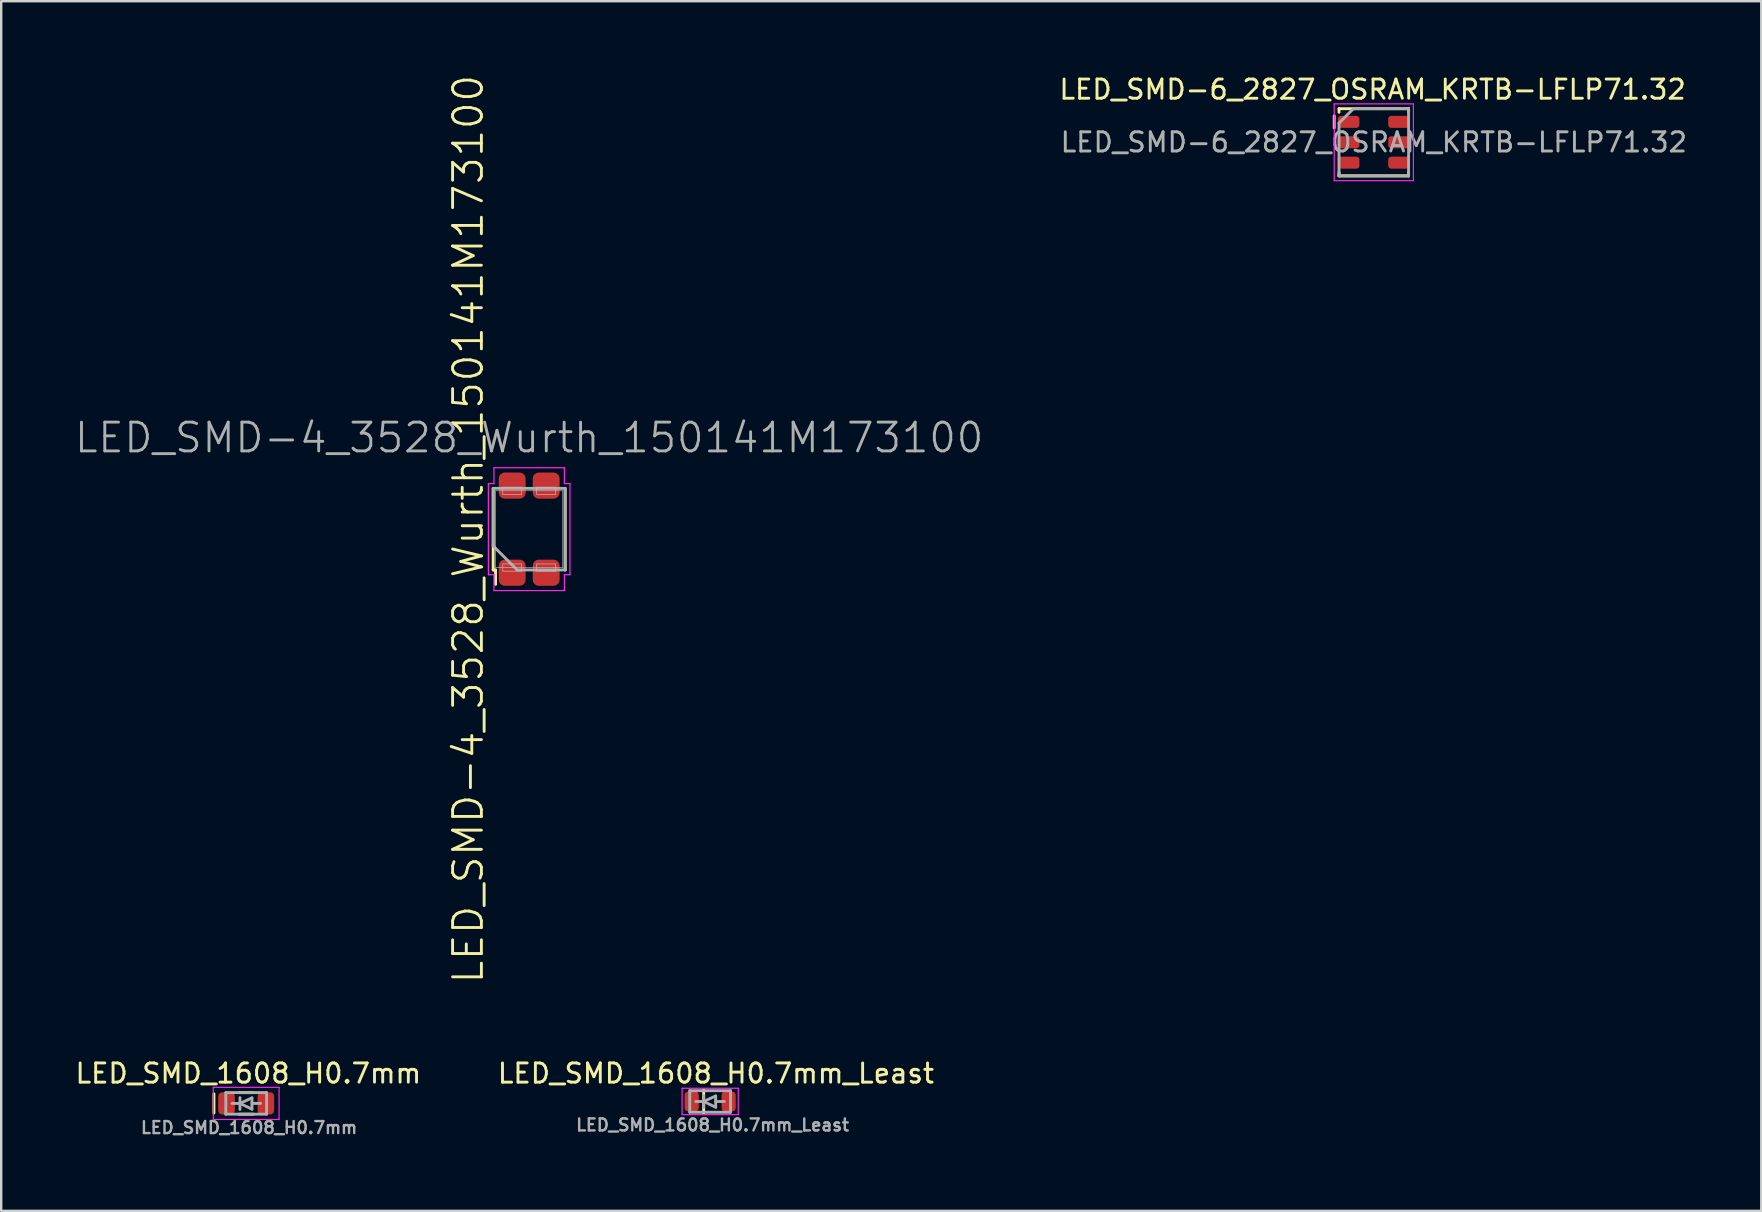
<source format=kicad_pcb>
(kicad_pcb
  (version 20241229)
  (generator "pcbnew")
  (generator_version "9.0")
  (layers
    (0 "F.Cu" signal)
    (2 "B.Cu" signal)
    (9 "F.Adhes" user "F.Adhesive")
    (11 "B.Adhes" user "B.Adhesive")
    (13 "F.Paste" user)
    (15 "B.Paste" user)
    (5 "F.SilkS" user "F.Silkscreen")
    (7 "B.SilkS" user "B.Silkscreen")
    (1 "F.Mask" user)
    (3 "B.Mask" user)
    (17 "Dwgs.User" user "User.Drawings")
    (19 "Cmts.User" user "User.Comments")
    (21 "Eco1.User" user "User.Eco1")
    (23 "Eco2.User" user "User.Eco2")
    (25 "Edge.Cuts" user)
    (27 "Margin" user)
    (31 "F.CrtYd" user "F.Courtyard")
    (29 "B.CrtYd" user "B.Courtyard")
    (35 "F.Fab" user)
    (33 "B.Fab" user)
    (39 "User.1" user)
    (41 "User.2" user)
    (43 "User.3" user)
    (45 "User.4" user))
  (footprint "LED_SMD-6_2827_OSRAM_KRTB-LFLP71.32"
    (layer "F.Cu")
    (at 54.203 2.879)
    (property "Reference" "LED_SMD-6_2827_OSRAM_KRTB-LFLP71.32" (at -0.05 -2.2 0) (layer "F.SilkS") (effects (font (size 0.8 0.8) (thickness 0.12))))
    (attr smd)
    (fp_line (start -1.65 -0.6) (end -1.65 -1.1) (stroke (width 0.12) (type solid)) (layer "F.SilkS"))
    (fp_line (start -1.45 -1.4) (end 1.45 -1.4) (stroke (width 0.12) (type solid)) (layer "F.SilkS"))
    (fp_line (start -1.45 -1.25) (end -1.45 -1.4) (stroke (width 0.12) (type solid)) (layer "F.SilkS"))
    (fp_line (start -1.45 1.4) (end -1.45 1.25) (stroke (width 0.12) (type solid)) (layer "F.SilkS"))
    (fp_line (start 1.45 -1.4) (end 1.45 -1.25) (stroke (width 0.12) (type solid)) (layer "F.SilkS"))
    (fp_line (start 1.45 1.25) (end 1.45 1.4) (stroke (width 0.12) (type solid)) (layer "F.SilkS"))
    (fp_line (start 1.45 1.4) (end -1.45 1.4) (stroke (width 0.12) (type solid)) (layer "F.SilkS"))
    (fp_line (start -1.65 -1.6) (end -1.65 1.6) (stroke (width 0.05) (type solid)) (layer "F.CrtYd"))
    (fp_line (start -1.65 1.6) (end 1.65 1.6) (stroke (width 0.05) (type solid)) (layer "F.CrtYd"))
    (fp_line (start 1.65 -1.6) (end -1.65 -1.6) (stroke (width 0.05) (type solid)) (layer "F.CrtYd"))
    (fp_line (start 1.65 1.6) (end 1.65 -1.6) (stroke (width 0.05) (type solid)) (layer "F.CrtYd"))
    (fp_line (start -1.45 -0.8) (end -0.85 -1.4) (stroke (width 0.12) (type solid)) (layer "F.Fab"))
    (fp_line (start -1.45 1.4) (end -1.45 -0.8) (stroke (width 0.12) (type solid)) (layer "F.Fab"))
    (fp_line (start -0.85 -1.4) (end 1.45 -1.4) (stroke (width 0.12) (type solid)) (layer "F.Fab"))
    (fp_line (start 1.45 -1.4) (end 1.45 1.4) (stroke (width 0.12) (type solid)) (layer "F.Fab"))
    (fp_line (start 1.45 1.4) (end -1.45 1.4) (stroke (width 0.12) (type solid)) (layer "F.Fab"))
    (fp_text user "${REFERENCE}" (at 0 0 0) (layer "F.Fab") (effects (font (size 0.8 0.8) (thickness 0.12))))
    (pad "1" smd roundrect (at -1.05 -0.85) (size 0.9 0.5) (layers "F.Cu" "F.Mask" "F.Paste") (roundrect_rratio 0.25))
    (pad "2" smd roundrect (at -1.05 0) (size 0.9 0.5) (layers "F.Cu" "F.Mask" "F.Paste") (roundrect_rratio 0.25))
    (pad "3" smd roundrect (at -1.05 0.85) (size 0.9 0.5) (layers "F.Cu" "F.Mask" "F.Paste") (roundrect_rratio 0.25))
    (pad "4" smd roundrect (at 1.05 0.85) (size 0.9 0.5) (layers "F.Cu" "F.Mask" "F.Paste") (roundrect_rratio 0.25))
    (pad "5" smd roundrect (at 1.05 0) (size 0.9 0.5) (layers "F.Cu" "F.Mask" "F.Paste") (roundrect_rratio 0.25))
    (pad "6" smd roundrect (at 1.05 -0.85) (size 0.9 0.5) (layers "F.Cu" "F.Mask" "F.Paste") (roundrect_rratio 0.25)))
  (footprint "LED_SMD-4_3528_Wurth_150141M173100"
    (layer "F.Cu")
    (at 19.003 19.003)
    (property "Reference" "LED_SMD-4_3528_Wurth_150141M173100" (at -2.54 0 90) (unlocked yes) (layer "F.SilkS") (effects (font (size 1.2 1.2) (thickness 0.12))))
    (attr smd)
    (fp_line (start -1.5 1.7) (end -1.5 -1.7) (stroke (width 0.12) (type solid)) (layer "F.SilkS"))
    (fp_line (start -1.4 1.7) (end -1.5 1.7) (stroke (width 0.12) (type solid)) (layer "F.SilkS"))
    (fp_line (start -1.4 1.7) (end -1.4 2.3) (stroke (width 0.12) (type solid)) (layer "F.SilkS"))
    (fp_line (start 1.5 1.7) (end 1.5 -1.7) (stroke (width 0.12) (type solid)) (layer "F.SilkS"))
    (fp_line (start -1.4 -1.6) (end 1.4 -1.6) (stroke (width 0.025) (type solid)) (layer "Dwgs.User"))
    (fp_line (start -1.4 1.6) (end -1.4 -1.6) (stroke (width 0.025) (type solid)) (layer "Dwgs.User"))
    (fp_line (start -1.1 -1.75) (end -0.315 -1.75) (stroke (width 0.025) (type solid)) (layer "Dwgs.User"))
    (fp_line (start -1.1 -1.45) (end -1.1 -1.75) (stroke (width 0.025) (type solid)) (layer "Dwgs.User"))
    (fp_line (start -1.1 1.45) (end -0.315 1.45) (stroke (width 0.025) (type solid)) (layer "Dwgs.User"))
    (fp_line (start -1.1 1.75) (end -1.1 1.45) (stroke (width 0.025) (type solid)) (layer "Dwgs.User"))
    (fp_line (start -0.315 -1.75) (end -0.315 -1.45) (stroke (width 0.025) (type solid)) (layer "Dwgs.User"))
    (fp_line (start -0.315 -1.45) (end -1.1 -1.45) (stroke (width 0.025) (type solid)) (layer "Dwgs.User"))
    (fp_line (start -0.315 1.45) (end -0.315 1.75) (stroke (width 0.025) (type solid)) (layer "Dwgs.User"))
    (fp_line (start -0.315 1.75) (end -1.1 1.75) (stroke (width 0.025) (type solid)) (layer "Dwgs.User"))
    (fp_line (start 0.315 -1.75) (end 1.1 -1.75) (stroke (width 0.025) (type solid)) (layer "Dwgs.User"))
    (fp_line (start 0.315 -1.45) (end 0.315 -1.75) (stroke (width 0.025) (type solid)) (layer "Dwgs.User"))
    (fp_line (start 0.315 1.45) (end 1.1 1.45) (stroke (width 0.025) (type solid)) (layer "Dwgs.User"))
    (fp_line (start 0.315 1.75) (end 0.315 1.45) (stroke (width 0.025) (type solid)) (layer "Dwgs.User"))
    (fp_line (start 1.1 -1.75) (end 1.1 -1.45) (stroke (width 0.025) (type solid)) (layer "Dwgs.User"))
    (fp_line (start 1.1 -1.45) (end 0.315 -1.45) (stroke (width 0.025) (type solid)) (layer "Dwgs.User"))
    (fp_line (start 1.1 1.45) (end 1.1 1.75) (stroke (width 0.025) (type solid)) (layer "Dwgs.User"))
    (fp_line (start 1.1 1.75) (end 0.315 1.75) (stroke (width 0.025) (type solid)) (layer "Dwgs.User"))
    (fp_line (start 1.4 -1.6) (end 1.4 1.6) (stroke (width 0.025) (type solid)) (layer "Dwgs.User"))
    (fp_line (start 1.4 1.6) (end -1.4 1.6) (stroke (width 0.025) (type solid)) (layer "Dwgs.User"))
    (fp_line (start -1.7 -1.9) (end -1.7 1.9) (stroke (width 0.05) (type solid)) (layer "F.CrtYd"))
    (fp_line (start -1.7 1.9) (end -1.468 1.9) (stroke (width 0.05) (type solid)) (layer "F.CrtYd"))
    (fp_line (start -1.468 -2.56) (end -1.468 -1.9) (stroke (width 0.05) (type solid)) (layer "F.CrtYd"))
    (fp_line (start -1.468 -1.9) (end -1.7 -1.9) (stroke (width 0.05) (type solid)) (layer "F.CrtYd"))
    (fp_line (start -1.468 1.9) (end -1.468 2.56) (stroke (width 0.05) (type solid)) (layer "F.CrtYd"))
    (fp_line (start -1.468 2.56) (end 1.468 2.56) (stroke (width 0.05) (type solid)) (layer "F.CrtYd"))
    (fp_line (start 1.468 -2.56) (end -1.468 -2.56) (stroke (width 0.05) (type solid)) (layer "F.CrtYd"))
    (fp_line (start 1.468 -1.9) (end 1.468 -2.56) (stroke (width 0.05) (type solid)) (layer "F.CrtYd"))
    (fp_line (start 1.468 1.9) (end 1.7 1.9) (stroke (width 0.05) (type solid)) (layer "F.CrtYd"))
    (fp_line (start 1.468 2.56) (end 1.468 1.9) (stroke (width 0.05) (type solid)) (layer "F.CrtYd"))
    (fp_line (start 1.7 -1.9) (end 1.468 -1.9) (stroke (width 0.05) (type solid)) (layer "F.CrtYd"))
    (fp_line (start 1.7 1.9) (end 1.7 -1.9) (stroke (width 0.05) (type solid)) (layer "F.CrtYd"))
    (fp_line (start -1.5 -1.7) (end 1.5 -1.7) (stroke (width 0.12) (type solid)) (layer "F.Fab"))
    (fp_line (start -1.5 0.7) (end -1.5 -1.7) (stroke (width 0.12) (type solid)) (layer "F.Fab"))
    (fp_line (start -0.5 1.7) (end -1.5 0.7) (stroke (width 0.12) (type solid)) (layer "F.Fab"))
    (fp_line (start 1.5 -1.7) (end 1.5 1.7) (stroke (width 0.12) (type solid)) (layer "F.Fab"))
    (fp_line (start 1.5 1.7) (end -0.5 1.7) (stroke (width 0.12) (type solid)) (layer "F.Fab"))
    (fp_text user "${REFERENCE}" (at 0 -3.81 180) (layer "F.Fab") (effects (font (size 1.2 1.2) (thickness 0.12))))
    (pad "1" smd roundrect (at -0.708 -1.815 90) (size 1.09 1.12) (layers "F.Cu" "F.Mask" "F.Paste") (roundrect_rratio 0.229))
    (pad "2" smd roundrect (at 0.708 -1.815 90) (size 1.09 1.12) (layers "F.Cu" "F.Mask" "F.Paste") (roundrect_rratio 0.229))
    (pad "3" smd roundrect (at -0.708 1.815 90) (size 1.09 1.12) (layers "F.Cu" "F.Mask" "F.Paste") (roundrect_rratio 0.229))
    (pad "4" smd roundrect (at 0.708 1.815 90) (size 1.09 1.12) (layers "F.Cu" "F.Mask" "F.Paste") (roundrect_rratio 0.229)))
  (footprint "LED_SMD_1608_H0.7mm_Least"
    (layer "F.Cu")
    (at 26.546 42.854)
    (property "Reference" "LED_SMD_1608_H0.7mm_Least" (at 0.24 -1.17 0) (layer "F.SilkS") (effects (font (size 0.8 0.8) (thickness 0.12))))
    (attr smd)
    (fp_line (start -0.27 -0.48) (end -0.27 0.48) (stroke (width 0.12) (type solid)) (layer "F.SilkS"))
    (fp_line (start -1.17 -0.55) (end 1.17 -0.55) (stroke (width 0.05) (type solid)) (layer "F.CrtYd"))
    (fp_line (start -1.17 0.55) (end -1.17 -0.55) (stroke (width 0.05) (type solid)) (layer "F.CrtYd"))
    (fp_line (start 1.17 -0.55) (end 1.17 0.55) (stroke (width 0.05) (type solid)) (layer "F.CrtYd"))
    (fp_line (start 1.17 0.55) (end -1.17 0.55) (stroke (width 0.05) (type solid)) (layer "F.CrtYd"))
    (fp_line (start -0.85 -0.45) (end 0.85 -0.45) (stroke (width 0.12) (type solid)) (layer "F.Fab"))
    (fp_line (start -0.85 0.45) (end -0.85 -0.45) (stroke (width 0.12) (type solid)) (layer "F.Fab"))
    (fp_line (start -0.27 -0.24) (end -0.27 0.25) (stroke (width 0.12) (type solid)) (layer "F.Fab"))
    (fp_line (start -0.27 0) (end -0.6 0) (stroke (width 0.12) (type solid)) (layer "F.Fab"))
    (fp_line (start -0.27 0) (end 0.23 0.24) (stroke (width 0.12) (type solid)) (layer "F.Fab"))
    (fp_line (start 0.23 -0.23) (end -0.27 0) (stroke (width 0.12) (type solid)) (layer "F.Fab"))
    (fp_line (start 0.23 0) (end 0.59 0) (stroke (width 0.12) (type solid)) (layer "F.Fab"))
    (fp_line (start 0.23 0.24) (end 0.23 -0.23) (stroke (width 0.12) (type solid)) (layer "F.Fab"))
    (fp_line (start 0.85 -0.45) (end 0.85 0.45) (stroke (width 0.12) (type solid)) (layer "F.Fab"))
    (fp_line (start 0.85 0.45) (end -0.85 0.45) (stroke (width 0.12) (type solid)) (layer "F.Fab"))
    (fp_text user "${REFERENCE}" (at 0.1 0.98 0) (layer "F.Fab") (effects (font (size 0.5 0.5) (thickness 0.1))))
    (pad "A" smd roundrect (at 0.77 0) (size 0.59 0.83) (layers "F.Cu" "F.Mask" "F.Paste") (roundrect_rratio 0.254))
    (pad "K" smd roundrect (at -0.77 0) (size 0.59 0.83) (layers "F.Cu" "F.Mask" "F.Paste") (roundrect_rratio 0.254)))
  (footprint "LED_SMD_1608_H0.7mm"
    (layer "F.Cu")
    (at 7.21 42.934)
    (property "Reference" "LED_SMD_1608_H0.7mm" (at 0.09 -1.25 0) (layer "F.SilkS") (effects (font (size 0.8 0.8) (thickness 0.12))))
    (attr smd)
    (fp_line (start -1.345 0.4) (end -1.345 -0.4) (stroke (width 0.12) (type solid)) (layer "F.SilkS"))
    (fp_line (start -0.295 -0.45) (end 0.295 -0.45) (stroke (width 0.12) (type solid)) (layer "F.SilkS"))
    (fp_line (start -0.295 0.45) (end 0.295 0.45) (stroke (width 0.12) (type solid)) (layer "F.SilkS"))
    (fp_line (start -1.37 -0.67) (end 1.37 -0.67) (stroke (width 0.05) (type solid)) (layer "F.CrtYd"))
    (fp_line (start -1.37 0.67) (end -1.37 -0.67) (stroke (width 0.05) (type solid)) (layer "F.CrtYd"))
    (fp_line (start 1.37 -0.67) (end 1.37 0.67) (stroke (width 0.05) (type solid)) (layer "F.CrtYd"))
    (fp_line (start 1.37 0.67) (end -1.37 0.67) (stroke (width 0.05) (type solid)) (layer "F.CrtYd"))
    (fp_line (start -0.85 -0.45) (end 0.85 -0.45) (stroke (width 0.12) (type solid)) (layer "F.Fab"))
    (fp_line (start -0.85 0.45) (end -0.85 -0.45) (stroke (width 0.12) (type solid)) (layer "F.Fab"))
    (fp_line (start -0.26 -0.24) (end -0.26 0.25) (stroke (width 0.12) (type solid)) (layer "F.Fab"))
    (fp_line (start -0.26 0) (end -0.59 0) (stroke (width 0.12) (type solid)) (layer "F.Fab"))
    (fp_line (start -0.26 0) (end 0.24 0.24) (stroke (width 0.12) (type solid)) (layer "F.Fab"))
    (fp_line (start 0.24 -0.23) (end -0.26 0) (stroke (width 0.12) (type solid)) (layer "F.Fab"))
    (fp_line (start 0.24 0) (end 0.6 0) (stroke (width 0.12) (type solid)) (layer "F.Fab"))
    (fp_line (start 0.24 0.24) (end 0.24 -0.23) (stroke (width 0.12) (type solid)) (layer "F.Fab"))
    (fp_line (start 0.85 -0.45) (end 0.85 0.45) (stroke (width 0.12) (type solid)) (layer "F.Fab"))
    (fp_line (start 0.85 0.45) (end -0.85 0.45) (stroke (width 0.12) (type solid)) (layer "F.Fab"))
    (fp_text user "${REFERENCE}" (at 0.12 1.01 0) (layer "F.Fab") (effects (font (size 0.5 0.5) (thickness 0.1))))
    (pad "A" smd roundrect (at 0.82 0) (size 0.69 0.93) (layers "F.Cu" "F.Mask" "F.Paste") (roundrect_rratio 0.246))
    (pad "K" smd roundrect (at -0.82 0) (size 0.69 0.93) (layers "F.Cu" "F.Mask" "F.Paste") (roundrect_rratio 0.246)))
  (gr_rect
    (start -3 -3)
    (end 70.351 47.412)
    (stroke (width 0.1) (type default))
    (fill no)
    (layer "Edge.Cuts")))
</source>
